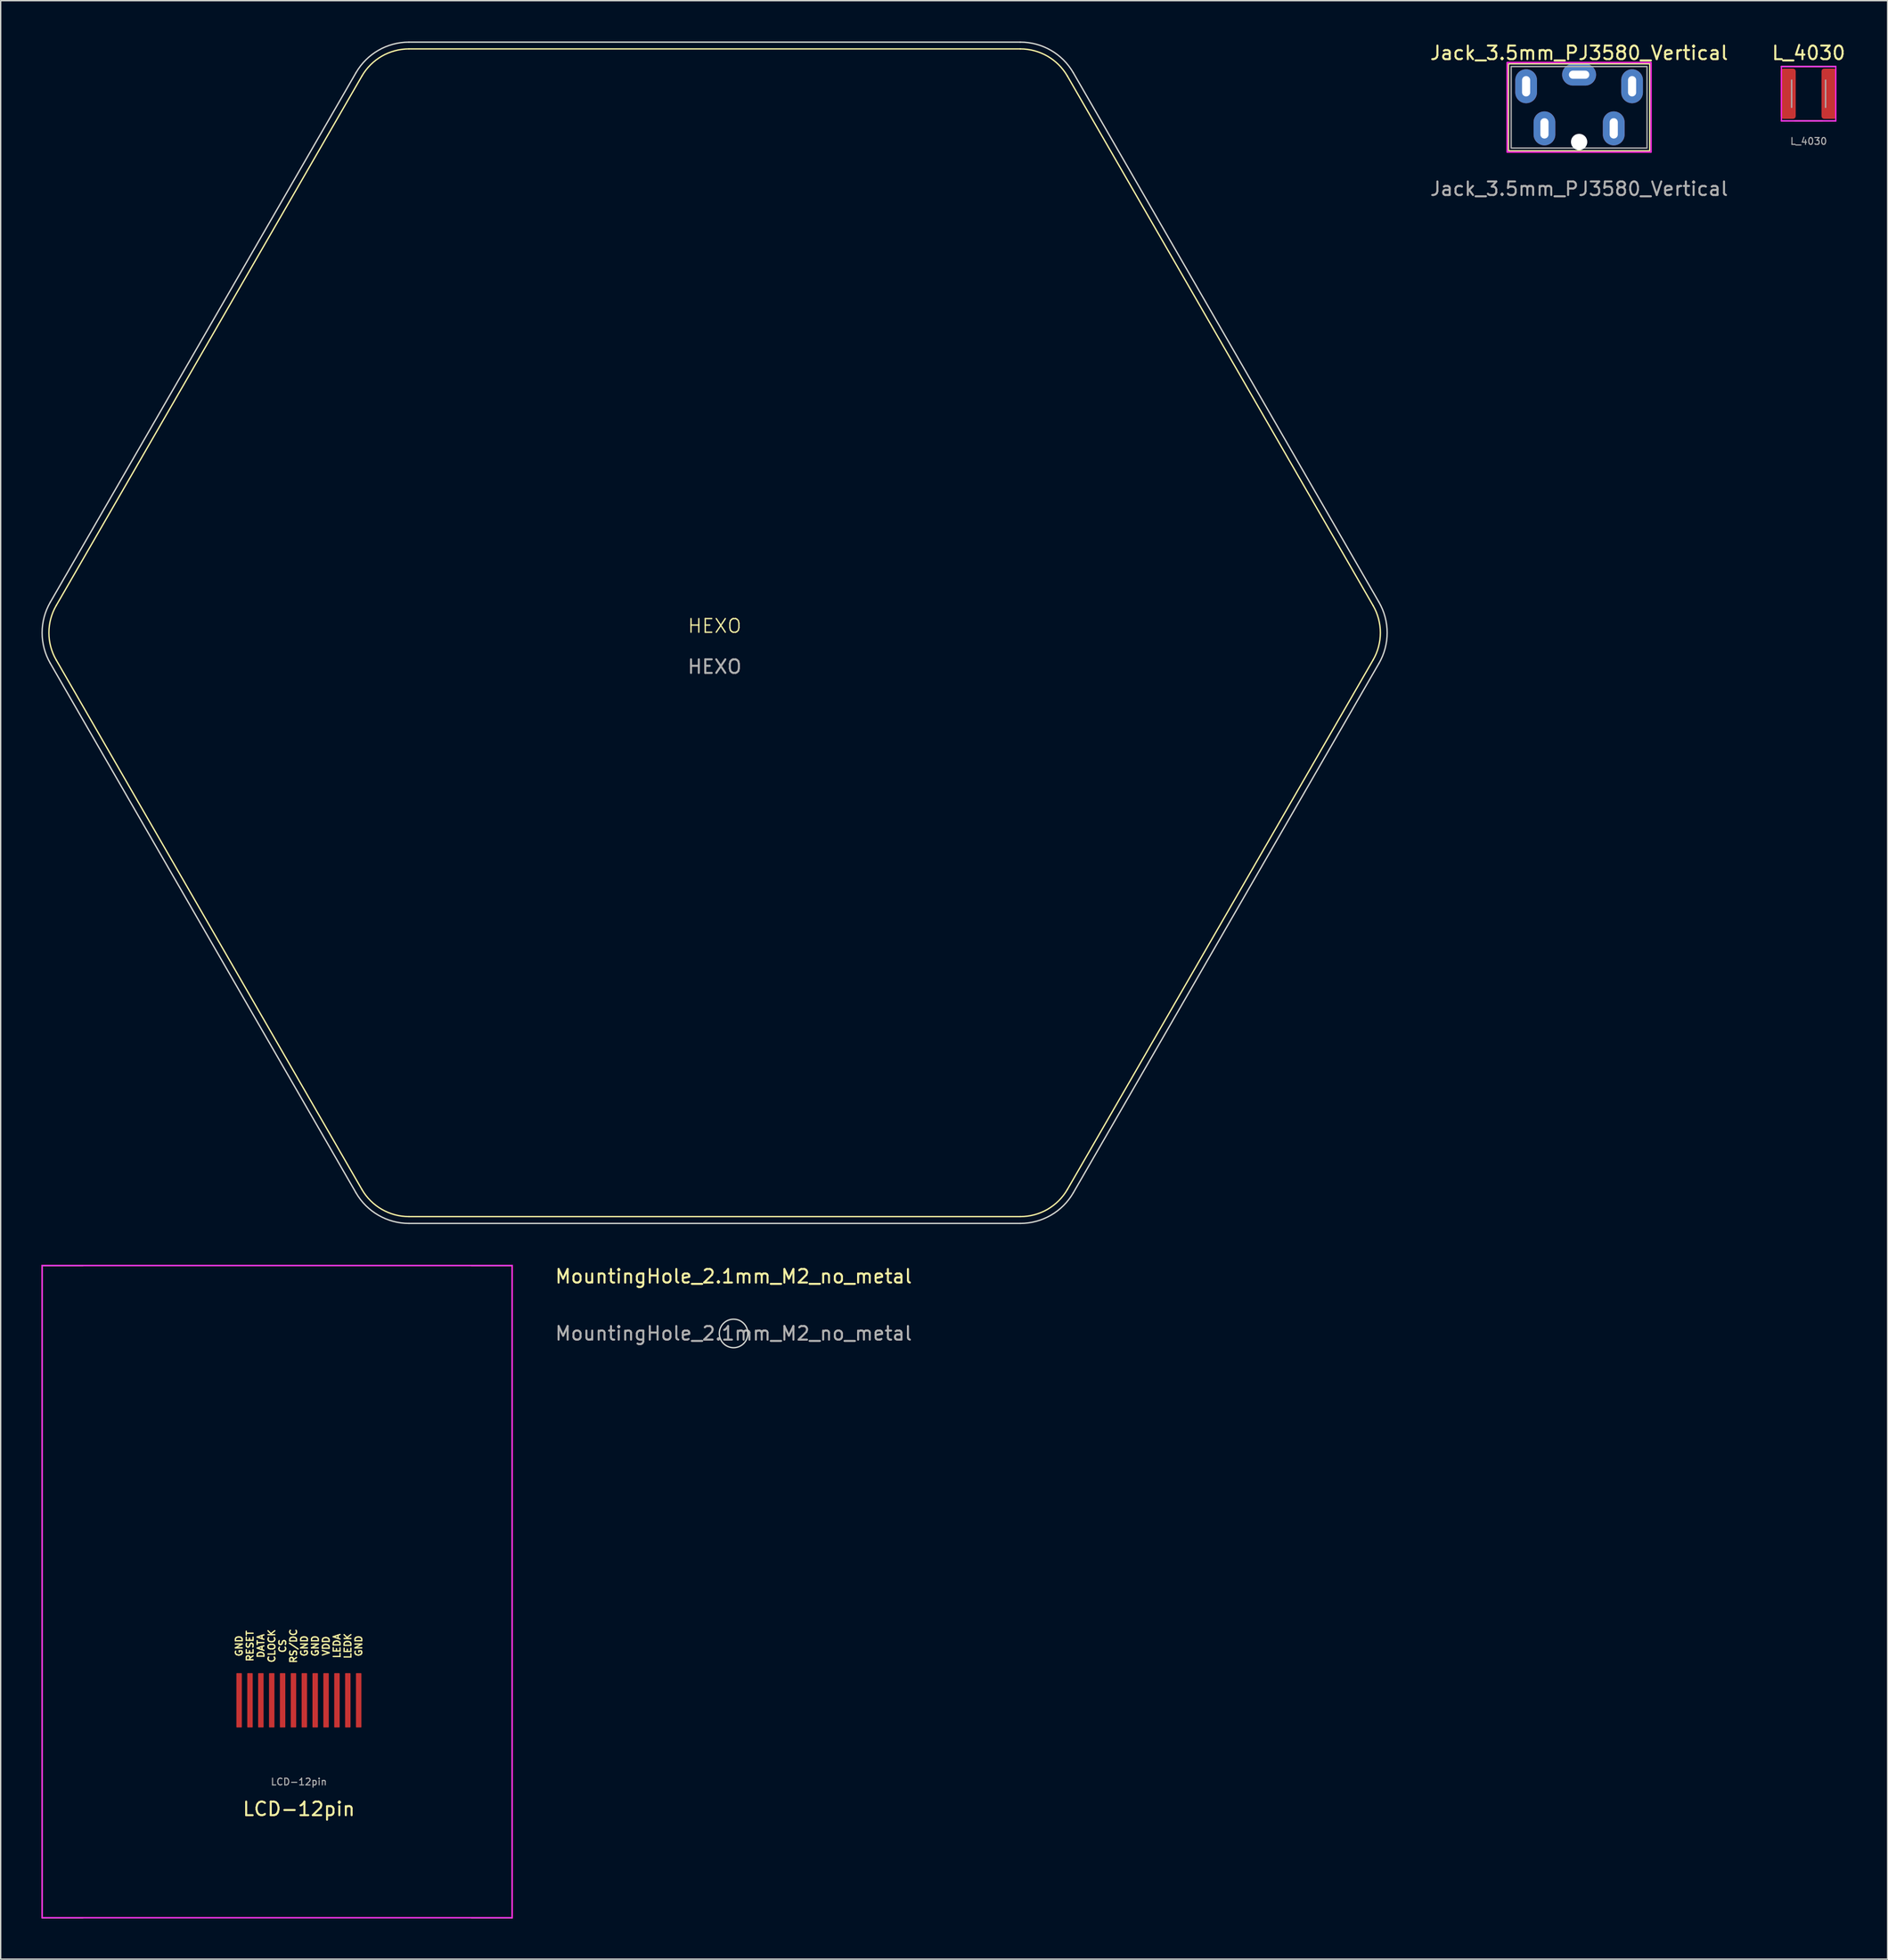
<source format=kicad_pcb>
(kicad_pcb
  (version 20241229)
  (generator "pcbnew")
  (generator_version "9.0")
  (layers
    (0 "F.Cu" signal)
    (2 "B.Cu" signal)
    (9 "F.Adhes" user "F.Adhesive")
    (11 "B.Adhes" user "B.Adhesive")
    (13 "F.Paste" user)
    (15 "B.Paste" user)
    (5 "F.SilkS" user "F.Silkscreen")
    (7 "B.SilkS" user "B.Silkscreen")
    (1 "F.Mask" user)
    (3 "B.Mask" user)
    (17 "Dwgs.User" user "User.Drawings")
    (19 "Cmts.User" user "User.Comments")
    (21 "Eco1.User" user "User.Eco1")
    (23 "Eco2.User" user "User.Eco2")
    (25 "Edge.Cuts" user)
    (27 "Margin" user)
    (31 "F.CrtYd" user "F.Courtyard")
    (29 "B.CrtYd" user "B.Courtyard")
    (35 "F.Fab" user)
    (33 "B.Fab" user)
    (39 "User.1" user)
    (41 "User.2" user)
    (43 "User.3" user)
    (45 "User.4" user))
  (footprint "MountingHole_2.1mm_M2_no_metal"
    (layer "F.Cu")
    (at 50.944 95.091)
    (property "Reference" "MountingHole_2.1mm_M2_no_metal" (at 0 -4.2 0) (layer "F.SilkS") (effects (font (size 1 1) (thickness 0.15))))
    (attr exclude_from_pos_files exclude_from_bom)
    (fp_circle (center 0 0) (end 1.05 0) (stroke (width 0.1) (type solid)) (fill no) (layer "Edge.Cuts"))
    (fp_text user "${REFERENCE}" (at 0 0 0) (layer "F.Fab") (effects (font (size 1 1) (thickness 0.15)))))
  (footprint "Jack_3.5mm_PJ3580_Vertical"
    (layer "F.Cu")
    (at 113.177 4.848)
    (property "Reference" "Jack_3.5mm_PJ3580_Vertical" (at 0 -4 0) (layer "F.SilkS") (effects (font (size 1 1) (thickness 0.15))))
    (attr through_hole)
    (fp_rect (start -5.2 -3.2) (end 5.2 3.2) (stroke (width 0.1) (type default)) (fill no) (layer "F.SilkS"))
    (fp_rect (start -5.3 -3.3) (end 5.3 3.3) (stroke (width 0.1) (type default)) (fill no) (layer "F.CrtYd"))
    (fp_rect (start -5 -3) (end 5 3) (stroke (width 0.1) (type default)) (fill no) (layer "F.Fab"))
    (fp_text user "${REFERENCE}" (at 0 6 0) (layer "F.Fab") (effects (font (size 1 1) (thickness 0.15))))
    (pad "" np_thru_hole circle (at 0 2.55) (size 1.2 1.2) (drill 1.2) (layers "*.Cu" "*.Mask"))
    (pad "2" thru_hole oval (at 0 -2.4) (size 2.5 1.6) (drill oval 1.5 0.6) (layers "*.Cu" "*.Mask"))
    (pad "3" thru_hole oval (at -3.9 -1.55 90) (size 2.5 1.6) (drill oval 1.5 0.6) (layers "*.Cu" "*.Mask"))
    (pad "4" thru_hole oval (at -2.55 1.55 90) (size 2.5 1.6) (drill oval 1.5 0.6) (layers "*.Cu" "*.Mask"))
    (pad "5" thru_hole oval (at 2.55 1.55 90) (size 2.5 1.6) (drill oval 1.5 0.6) (layers "*.Cu" "*.Mask"))
    (pad "6" thru_hole oval (at 3.9 -1.55 90) (size 2.5 1.6) (drill oval 1.5 0.6) (layers "*.Cu" "*.Mask")))
  (footprint "LCD-12pin"
    (layer "F.Cu")
    (at 18.95 122.092)
    (property "Reference" "LCD-12pin" (at 0 8 0) (layer "F.SilkS") (effects (font (size 1 1) (thickness 0.15))))
    (attr smd)
    (fp_line (start -18.9 -32) (end -15.9 -32) (stroke (width 0.1) (type solid)) (layer "F.SilkS"))
    (fp_line (start -18.9 16) (end -15.9 16) (stroke (width 0.1) (type solid)) (layer "F.SilkS"))
    (fp_line (start 12.7 -32) (end 15.7 -32) (stroke (width 0.1) (type solid)) (layer "F.SilkS"))
    (fp_line (start 12.7 16) (end 15.7 16) (stroke (width 0.1) (type solid)) (layer "F.SilkS"))
    (fp_line (start -18.9 -32) (end 15.7 -32) (stroke (width 0.1) (type solid)) (layer "F.CrtYd"))
    (fp_line (start -18.9 16) (end -18.9 -32) (stroke (width 0.1) (type solid)) (layer "F.CrtYd"))
    (fp_line (start 15.7 -32) (end 15.7 16) (stroke (width 0.1) (type solid)) (layer "F.CrtYd"))
    (fp_line (start 15.7 16) (end -18.9 16) (stroke (width 0.1) (type solid)) (layer "F.CrtYd"))
    (fp_line (start -18.9 -32) (end 15.7 -32) (stroke (width 0.1) (type solid)) (layer "F.Fab"))
    (fp_line (start -18.9 16) (end -18.9 -32) (stroke (width 0.1) (type solid)) (layer "F.Fab"))
    (fp_line (start 15.7 -32) (end 15.7 16) (stroke (width 0.1) (type solid)) (layer "F.Fab"))
    (fp_line (start 15.7 16) (end -18.9 16) (stroke (width 0.1) (type solid)) (layer "F.Fab"))
    (fp_text user "DATA" (at -2.8 -4 90) (layer "F.SilkS") (effects (font (size 0.5 0.5) (thickness 0.1))))
    (fp_text user "GND" (at 4.4 -4 90) (layer "F.SilkS") (effects (font (size 0.5 0.5) (thickness 0.1))))
    (fp_text user "GND" (at 0.4 -4 90) (layer "F.SilkS") (effects (font (size 0.5 0.5) (thickness 0.1))))
    (fp_text user "GND" (at -4.4 -4 90) (layer "F.SilkS") (effects (font (size 0.5 0.5) (thickness 0.1))))
    (fp_text user "CLOCK" (at -2 -4 90) (layer "F.SilkS") (effects (font (size 0.5 0.5) (thickness 0.1))))
    (fp_text user "GND" (at 1.2 -4 90) (layer "F.SilkS") (effects (font (size 0.5 0.5) (thickness 0.1))))
    (fp_text user "VDD" (at 2 -4 90) (layer "F.SilkS") (effects (font (size 0.5 0.5) (thickness 0.1))))
    (fp_text user "RS/DC" (at -0.4 -4 90) (layer "F.SilkS") (effects (font (size 0.5 0.5) (thickness 0.1))))
    (fp_text user "RESET" (at -3.6 -4 90) (layer "F.SilkS") (effects (font (size 0.5 0.5) (thickness 0.1))))
    (fp_text user "LEDK" (at 3.6 -4 90) (layer "F.SilkS") (effects (font (size 0.5 0.5) (thickness 0.1))))
    (fp_text user "CS" (at -1.2 -4 90) (layer "F.SilkS") (effects (font (size 0.5 0.5) (thickness 0.1))))
    (fp_text user "LEDA" (at 2.8 -4 90) (layer "F.SilkS") (effects (font (size 0.5 0.5) (thickness 0.1))))
    (fp_text user "${REFERENCE}" (at 0 6 0) (layer "F.Fab") (effects (font (size 0.5 0.5) (thickness 0.08))))
    (pad "1" smd roundrect (at 4.4 0) (size 0.4 4) (layers "F.Cu" "F.Mask" "F.Paste") (roundrect_rratio 0.1))
    (pad "2" smd roundrect (at 3.6 0) (size 0.4 4) (layers "F.Cu" "F.Mask" "F.Paste") (roundrect_rratio 0.1))
    (pad "3" smd roundrect (at 2.8 0) (size 0.4 4) (layers "F.Cu" "F.Mask" "F.Paste") (roundrect_rratio 0.1))
    (pad "4" smd roundrect (at 2 0) (size 0.4 4) (layers "F.Cu" "F.Mask" "F.Paste") (roundrect_rratio 0.1))
    (pad "5" smd roundrect (at 1.2 0) (size 0.4 4) (layers "F.Cu" "F.Mask" "F.Paste") (roundrect_rratio 0.1))
    (pad "6" smd roundrect (at 0.4 0) (size 0.4 4) (layers "F.Cu" "F.Mask" "F.Paste") (roundrect_rratio 0.1))
    (pad "7" smd roundrect (at -0.4 0) (size 0.4 4) (layers "F.Cu" "F.Mask" "F.Paste") (roundrect_rratio 0.1))
    (pad "8" smd roundrect (at -1.2 0) (size 0.4 4) (layers "F.Cu" "F.Mask" "F.Paste") (roundrect_rratio 0.1))
    (pad "9" smd roundrect (at -2 0) (size 0.4 4) (layers "F.Cu" "F.Mask" "F.Paste") (roundrect_rratio 0.1))
    (pad "10" smd roundrect (at -2.8 0) (size 0.4 4) (layers "F.Cu" "F.Mask" "F.Paste") (roundrect_rratio 0.1))
    (pad "11" smd roundrect (at -3.6 0) (size 0.4 4) (layers "F.Cu" "F.Mask" "F.Paste") (roundrect_rratio 0.1))
    (pad "12" smd roundrect (at -4.4 0) (size 0.4 4) (layers "F.Cu" "F.Mask" "F.Paste") (roundrect_rratio 0.1)))
  (footprint "HEXO"
    (layer "F.Cu")
    (at 49.55 43.521)
    (property "Reference" "HEXO" (at 0 -0.5 0) (unlocked yes) (layer "F.SilkS") (effects (font (size 1 1) (thickness 0.1))))
    (attr smd)
    (fp_line (start -48.464 -2) (end -25.964 -40.971) (stroke (width 0.1) (type default)) (layer "F.SilkS"))
    (fp_line (start -25.964 40.971) (end -48.464 2) (stroke (width 0.1) (type default)) (layer "F.SilkS"))
    (fp_line (start -22.5 -42.971) (end 22.5 -42.971) (stroke (width 0.1) (type default)) (layer "F.SilkS"))
    (fp_line (start 22.5 42.971) (end -22.5 42.971) (stroke (width 0.1) (type default)) (layer "F.SilkS"))
    (fp_line (start 25.964 -40.971) (end 48.464 -2) (stroke (width 0.1) (type default)) (layer "F.SilkS"))
    (fp_line (start 48.464 2) (end 25.964 40.971) (stroke (width 0.1) (type default)) (layer "F.SilkS"))
    (fp_arc (start -48.464102 2) (mid -49 0) (end -48.464102 -2) (stroke (width 0.1) (type default)) (layer "F.SilkS"))
    (fp_arc (start -25.964102 -40.971143) (mid -24.5 -42.435245) (end -22.5 -42.971143) (stroke (width 0.1) (type default)) (layer "F.SilkS"))
    (fp_arc (start -22.5 42.971143) (mid -24.5 42.435245) (end -25.964102 40.971143) (stroke (width 0.1) (type default)) (layer "F.SilkS"))
    (fp_arc (start 22.5 -42.971143) (mid 24.5 -42.435245) (end 25.964102 -40.971143) (stroke (width 0.1) (type default)) (layer "F.SilkS"))
    (fp_arc (start 25.964102 40.971143) (mid 24.5 42.435245) (end 22.5 42.971143) (stroke (width 0.1) (type default)) (layer "F.SilkS"))
    (fp_arc (start 48.464102 -2) (mid 49 0) (end 48.464102 2) (stroke (width 0.1) (type default)) (layer "F.SilkS"))
    (fp_line (start -48.897 -2.25) (end -26.397 -41.221) (stroke (width 0.1) (type default)) (layer "Edge.Cuts"))
    (fp_line (start -26.397 41.221) (end -48.897 2.25) (stroke (width 0.1) (type default)) (layer "Edge.Cuts"))
    (fp_line (start -22.5 -43.471) (end 22.5 -43.471) (stroke (width 0.1) (type default)) (layer "Edge.Cuts"))
    (fp_line (start 22.5 43.471) (end -22.5 43.471) (stroke (width 0.1) (type default)) (layer "Edge.Cuts"))
    (fp_line (start 26.397 -41.221) (end 48.897 -2.25) (stroke (width 0.1) (type default)) (layer "Edge.Cuts"))
    (fp_line (start 48.897 2.25) (end 26.397 41.221) (stroke (width 0.1) (type default)) (layer "Edge.Cuts"))
    (fp_arc (start -48.897114 2.25) (mid -49.5 0) (end -48.897114 -2.25) (stroke (width 0.1) (type default)) (layer "Edge.Cuts"))
    (fp_arc (start -26.397114 -41.221143) (mid -24.75 -42.868257) (end -22.5 -43.471143) (stroke (width 0.1) (type default)) (layer "Edge.Cuts"))
    (fp_arc (start -22.5 43.471143) (mid -24.75 42.868257) (end -26.397114 41.221143) (stroke (width 0.1) (type default)) (layer "Edge.Cuts"))
    (fp_arc (start 22.5 -43.471143) (mid 24.75 -42.868257) (end 26.397114 -41.221143) (stroke (width 0.1) (type default)) (layer "Edge.Cuts"))
    (fp_arc (start 26.397114 41.221143) (mid 24.75 42.868257) (end 22.5 43.471143) (stroke (width 0.1) (type default)) (layer "Edge.Cuts"))
    (fp_arc (start 48.897114 -2.25) (mid 49.5 0) (end 48.897114 2.25) (stroke (width 0.1) (type default)) (layer "Edge.Cuts"))
    (fp_text user "${REFERENCE}" (at 0 2.5 0) (unlocked yes) (layer "F.Fab") (effects (font (size 1 1) (thickness 0.15)))))
  (footprint "L_4030"
    (layer "F.Cu")
    (at 130.07 3.848)
    (property "Reference" "L_4030" (at 0 -3 0) (layer "F.SilkS") (effects (font (size 1 1) (thickness 0.15))))
    (attr smd)
    (fp_line (start -1 -2) (end 1 -2) (stroke (width 0.1) (type solid)) (layer "F.SilkS"))
    (fp_line (start -1 2) (end 1 2) (stroke (width 0.1) (type solid)) (layer "F.SilkS"))
    (fp_line (start -2 -2) (end -2 2) (stroke (width 0.1) (type solid)) (layer "F.CrtYd"))
    (fp_line (start -2 -2) (end 2 -2) (stroke (width 0.1) (type solid)) (layer "F.CrtYd"))
    (fp_line (start -2 2) (end 2 2) (stroke (width 0.1) (type solid)) (layer "F.CrtYd"))
    (fp_line (start 2 2) (end 2 -2) (stroke (width 0.1) (type solid)) (layer "F.CrtYd"))
    (fp_line (start -2 -2) (end 2 -2) (stroke (width 0.1) (type solid)) (layer "F.Fab"))
    (fp_line (start -2 -2) (end 2 -2) (stroke (width 0.1) (type solid)) (layer "F.Fab"))
    (fp_line (start -2 2) (end 2 2) (stroke (width 0.1) (type solid)) (layer "F.Fab"))
    (fp_line (start -1.25 -1) (end -1.25 1) (stroke (width 0.1) (type solid)) (layer "F.Fab"))
    (fp_line (start 1.25 1) (end 1.25 -1) (stroke (width 0.1) (type solid)) (layer "F.Fab"))
    (fp_text user "${REFERENCE}" (at 0 3.5 0) (layer "F.Fab") (effects (font (size 0.5 0.5) (thickness 0.08))))
    (pad "1" smd roundrect (at -1.5 0) (size 1.1 3.7) (layers "F.Cu" "F.Mask" "F.Paste") (roundrect_rratio 0.182))
    (pad "2" smd roundrect (at 1.5 0) (size 1.1 3.7) (layers "F.Cu" "F.Mask" "F.Paste") (roundrect_rratio 0.182)))
  (gr_rect
    (start -3 -3)
    (end 135.886 141.142)
    (stroke (width 0.1) (type default))
    (fill no)
    (layer "Edge.Cuts")))
</source>
